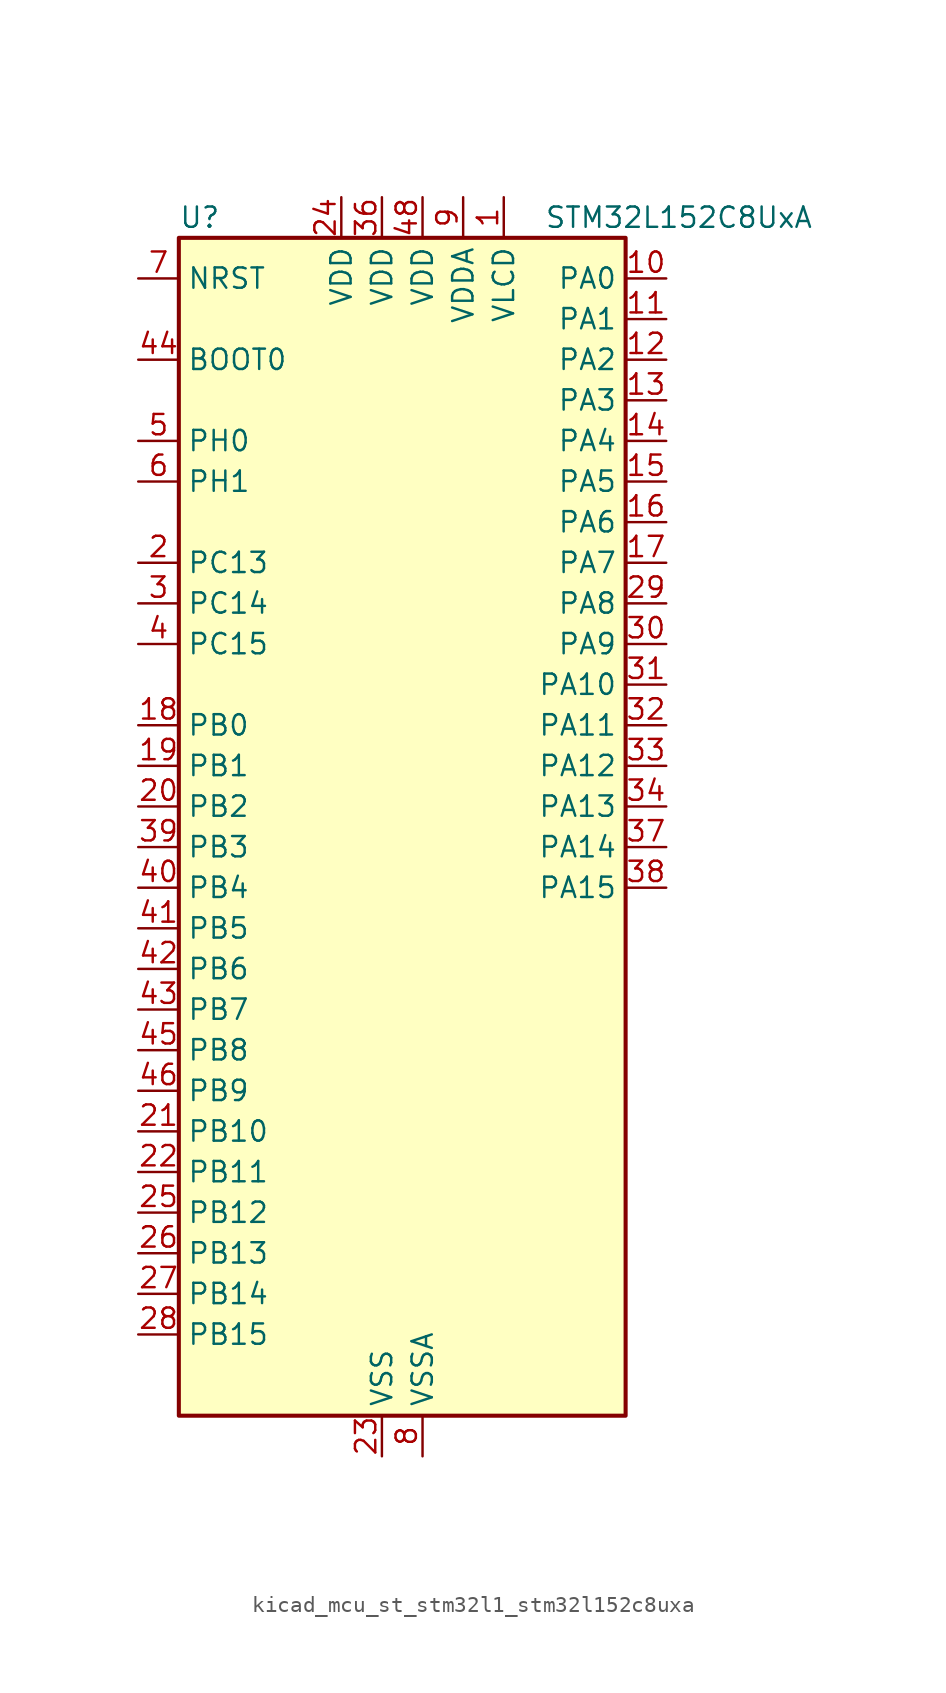
<source format=kicad_sym>
(kicad_symbol_lib
  (version 20220914)
  (generator kicad_symbol_editor)
  (symbol "kicad_mcu_st_stm32l1_stm32l152c8uxa"
    (property "Reference" "U"
      (at -12.7 39.37 0)
      (effects (font (size 1.27 1.27)) (justify left)))
    (property "Value" "STM32L152C8UxA"
      (at 10.16 39.37 0)
      (effects (font (size 1.27 1.27)) (justify left)))
    (property "ki_locked" ""
      (at 0 0 0)
      (effects (font (size 1.27 1.27))))
    (symbol "kicad_mcu_st_stm32l1_stm32l152c8uxa_0_1"
      (rectangle (start -12.7 -35.56) (end 15.24 38.1) (stroke (width 0.254) (type default)) (fill (type background))))
    (symbol "kicad_mcu_st_stm32l1_stm32l152c8uxa_1_1"
      (pin power_in line (at 7.62 40.64 270) (length 2.54) (name "VLCD" (effects (font (size 1.27 1.27)))) (number "1" (effects (font (size 1.27 1.27)))))
      (pin bidirectional line (at 17.78 35.56 180) (length 2.54) (name "PA0" (effects (font (size 1.27 1.27)))) (number "10" (effects (font (size 1.27 1.27)))) (alternate "ADC_IN0" bidirectional line) (alternate "COMP1_INP" bidirectional line) (alternate "RTC_TAMP2" bidirectional line) (alternate "SYS_WKUP1" bidirectional line) (alternate "TIM2_CH1" bidirectional line) (alternate "TIM2_ETR" bidirectional line) (alternate "TIMX_IC1" bidirectional line) (alternate "TS_G1_IO1" bidirectional line) (alternate "USART2_CTS" bidirectional line))
      (pin bidirectional line (at 17.78 33.02 180) (length 2.54) (name "PA1" (effects (font (size 1.27 1.27)))) (number "11" (effects (font (size 1.27 1.27)))) (alternate "ADC_IN1" bidirectional line) (alternate "COMP1_INP" bidirectional line) (alternate "LCD_SEG0" bidirectional line) (alternate "TIM2_CH2" bidirectional line) (alternate "TIMX_IC2" bidirectional line) (alternate "TS_G1_IO2" bidirectional line) (alternate "USART2_RTS" bidirectional line))
      (pin bidirectional line (at 17.78 30.48 180) (length 2.54) (name "PA2" (effects (font (size 1.27 1.27)))) (number "12" (effects (font (size 1.27 1.27)))) (alternate "ADC_IN2" bidirectional line) (alternate "COMP1_INP" bidirectional line) (alternate "LCD_SEG1" bidirectional line) (alternate "TIM2_CH3" bidirectional line) (alternate "TIM9_CH1" bidirectional line) (alternate "TIMX_IC3" bidirectional line) (alternate "TS_G1_IO3" bidirectional line) (alternate "USART2_TX" bidirectional line))
      (pin bidirectional line (at 17.78 27.94 180) (length 2.54) (name "PA3" (effects (font (size 1.27 1.27)))) (number "13" (effects (font (size 1.27 1.27)))) (alternate "ADC_IN3" bidirectional line) (alternate "COMP1_INP" bidirectional line) (alternate "LCD_SEG2" bidirectional line) (alternate "TIM2_CH4" bidirectional line) (alternate "TIM9_CH2" bidirectional line) (alternate "TIMX_IC4" bidirectional line) (alternate "TS_G1_IO4" bidirectional line) (alternate "USART2_RX" bidirectional line))
      (pin bidirectional line (at 17.78 25.4 180) (length 2.54) (name "PA4" (effects (font (size 1.27 1.27)))) (number "14" (effects (font (size 1.27 1.27)))) (alternate "ADC_IN4" bidirectional line) (alternate "COMP1_INP" bidirectional line) (alternate "DAC_OUT1" bidirectional line) (alternate "SPI1_NSS" bidirectional line) (alternate "TIMX_IC1" bidirectional line) (alternate "USART2_CK" bidirectional line))
      (pin bidirectional line (at 17.78 22.86 180) (length 2.54) (name "PA5" (effects (font (size 1.27 1.27)))) (number "15" (effects (font (size 1.27 1.27)))) (alternate "ADC_IN5" bidirectional line) (alternate "COMP1_INP" bidirectional line) (alternate "DAC_OUT2" bidirectional line) (alternate "SPI1_SCK" bidirectional line) (alternate "TIM2_CH1" bidirectional line) (alternate "TIM2_ETR" bidirectional line) (alternate "TIMX_IC2" bidirectional line))
      (pin bidirectional line (at 17.78 20.32 180) (length 2.54) (name "PA6" (effects (font (size 1.27 1.27)))) (number "16" (effects (font (size 1.27 1.27)))) (alternate "ADC_IN6" bidirectional line) (alternate "COMP1_INP" bidirectional line) (alternate "LCD_SEG3" bidirectional line) (alternate "SPI1_MISO" bidirectional line) (alternate "TIM10_CH1" bidirectional line) (alternate "TIM3_CH1" bidirectional line) (alternate "TIMX_IC3" bidirectional line) (alternate "TS_G2_IO1" bidirectional line))
      (pin bidirectional line (at 17.78 17.78 180) (length 2.54) (name "PA7" (effects (font (size 1.27 1.27)))) (number "17" (effects (font (size 1.27 1.27)))) (alternate "ADC_IN7" bidirectional line) (alternate "COMP1_INP" bidirectional line) (alternate "LCD_SEG4" bidirectional line) (alternate "SPI1_MOSI" bidirectional line) (alternate "TIM11_CH1" bidirectional line) (alternate "TIM3_CH2" bidirectional line) (alternate "TIMX_IC4" bidirectional line) (alternate "TS_G2_IO2" bidirectional line))
      (pin bidirectional line (at -15.24 7.62 0) (length 2.54) (name "PB0" (effects (font (size 1.27 1.27)))) (number "18" (effects (font (size 1.27 1.27)))) (alternate "ADC_IN8" bidirectional line) (alternate "COMP1_INP" bidirectional line) (alternate "LCD_SEG5" bidirectional line) (alternate "SYS_V_REF_OUT" bidirectional line) (alternate "TIM3_CH3" bidirectional line) (alternate "TS_G3_IO1" bidirectional line))
      (pin bidirectional line (at -15.24 5.08 0) (length 2.54) (name "PB1" (effects (font (size 1.27 1.27)))) (number "19" (effects (font (size 1.27 1.27)))) (alternate "ADC_IN9" bidirectional line) (alternate "COMP1_INP" bidirectional line) (alternate "LCD_SEG6" bidirectional line) (alternate "SYS_V_REF_OUT" bidirectional line) (alternate "TIM3_CH4" bidirectional line) (alternate "TS_G3_IO2" bidirectional line))
      (pin bidirectional line (at -15.24 17.78 0) (length 2.54) (name "PC13" (effects (font (size 1.27 1.27)))) (number "2" (effects (font (size 1.27 1.27)))) (alternate "RTC_OUT_ALARM" bidirectional line) (alternate "RTC_OUT_CALIB" bidirectional line) (alternate "RTC_TAMP1" bidirectional line) (alternate "RTC_TS" bidirectional line) (alternate "SYS_WKUP2" bidirectional line) (alternate "TIMX_IC2" bidirectional line))
      (pin bidirectional line (at -15.24 2.54 0) (length 2.54) (name "PB2" (effects (font (size 1.27 1.27)))) (number "20" (effects (font (size 1.27 1.27)))) (alternate "TS_G3_IO3" bidirectional line))
      (pin bidirectional line (at -15.24 -17.78 0) (length 2.54) (name "PB10" (effects (font (size 1.27 1.27)))) (number "21" (effects (font (size 1.27 1.27)))) (alternate "I2C2_SCL" bidirectional line) (alternate "LCD_SEG10" bidirectional line) (alternate "TIM2_CH3" bidirectional line) (alternate "USART3_TX" bidirectional line))
      (pin bidirectional line (at -15.24 -20.32 0) (length 2.54) (name "PB11" (effects (font (size 1.27 1.27)))) (number "22" (effects (font (size 1.27 1.27)))) (alternate "ADC_EXTI11" bidirectional line) (alternate "I2C2_SDA" bidirectional line) (alternate "LCD_SEG11" bidirectional line) (alternate "TIM2_CH4" bidirectional line) (alternate "USART3_RX" bidirectional line))
      (pin power_in line (at 0 -38.1 90) (length 2.54) (name "VSS" (effects (font (size 1.27 1.27)))) (number "23" (effects (font (size 1.27 1.27)))))
      (pin power_in line (at -2.54 40.64 270) (length 2.54) (name "VDD" (effects (font (size 1.27 1.27)))) (number "24" (effects (font (size 1.27 1.27)))))
      (pin bidirectional line (at -15.24 -22.86 0) (length 2.54) (name "PB12" (effects (font (size 1.27 1.27)))) (number "25" (effects (font (size 1.27 1.27)))) (alternate "ADC_IN18" bidirectional line) (alternate "COMP1_INP" bidirectional line) (alternate "I2C2_SMBA" bidirectional line) (alternate "LCD_SEG12" bidirectional line) (alternate "SPI2_NSS" bidirectional line) (alternate "TIM10_CH1" bidirectional line) (alternate "TS_G7_IO1" bidirectional line) (alternate "USART3_CK" bidirectional line))
      (pin bidirectional line (at -15.24 -25.4 0) (length 2.54) (name "PB13" (effects (font (size 1.27 1.27)))) (number "26" (effects (font (size 1.27 1.27)))) (alternate "ADC_IN19" bidirectional line) (alternate "COMP1_INP" bidirectional line) (alternate "LCD_SEG13" bidirectional line) (alternate "SPI2_SCK" bidirectional line) (alternate "TIM9_CH1" bidirectional line) (alternate "TS_G7_IO2" bidirectional line) (alternate "USART3_CTS" bidirectional line))
      (pin bidirectional line (at -15.24 -27.94 0) (length 2.54) (name "PB14" (effects (font (size 1.27 1.27)))) (number "27" (effects (font (size 1.27 1.27)))) (alternate "ADC_IN20" bidirectional line) (alternate "COMP1_INP" bidirectional line) (alternate "LCD_SEG14" bidirectional line) (alternate "SPI2_MISO" bidirectional line) (alternate "TIM9_CH2" bidirectional line) (alternate "TS_G7_IO3" bidirectional line) (alternate "USART3_RTS" bidirectional line))
      (pin bidirectional line (at -15.24 -30.48 0) (length 2.54) (name "PB15" (effects (font (size 1.27 1.27)))) (number "28" (effects (font (size 1.27 1.27)))) (alternate "ADC_EXTI15" bidirectional line) (alternate "ADC_IN21" bidirectional line) (alternate "COMP1_INP" bidirectional line) (alternate "LCD_SEG15" bidirectional line) (alternate "RTC_REFIN" bidirectional line) (alternate "SPI2_MOSI" bidirectional line) (alternate "TIM11_CH1" bidirectional line) (alternate "TS_G7_IO4" bidirectional line))
      (pin bidirectional line (at 17.78 15.24 180) (length 2.54) (name "PA8" (effects (font (size 1.27 1.27)))) (number "29" (effects (font (size 1.27 1.27)))) (alternate "LCD_COM0" bidirectional line) (alternate "RCC_MCO" bidirectional line) (alternate "TIMX_IC1" bidirectional line) (alternate "TS_G4_IO1" bidirectional line) (alternate "USART1_CK" bidirectional line))
      (pin bidirectional line (at -15.24 15.24 0) (length 2.54) (name "PC14" (effects (font (size 1.27 1.27)))) (number "3" (effects (font (size 1.27 1.27)))) (alternate "RCC_OSC32_IN" bidirectional line) (alternate "TIMX_IC3" bidirectional line))
      (pin bidirectional line (at 17.78 12.7 180) (length 2.54) (name "PA9" (effects (font (size 1.27 1.27)))) (number "30" (effects (font (size 1.27 1.27)))) (alternate "DAC_EXTI9" bidirectional line) (alternate "LCD_COM1" bidirectional line) (alternate "TIMX_IC2" bidirectional line) (alternate "TS_G4_IO2" bidirectional line) (alternate "USART1_TX" bidirectional line))
      (pin bidirectional line (at 17.78 10.16 180) (length 2.54) (name "PA10" (effects (font (size 1.27 1.27)))) (number "31" (effects (font (size 1.27 1.27)))) (alternate "LCD_COM2" bidirectional line) (alternate "TIMX_IC3" bidirectional line) (alternate "TS_G4_IO3" bidirectional line) (alternate "USART1_RX" bidirectional line))
      (pin bidirectional line (at 17.78 7.62 180) (length 2.54) (name "PA11" (effects (font (size 1.27 1.27)))) (number "32" (effects (font (size 1.27 1.27)))) (alternate "ADC_EXTI11" bidirectional line) (alternate "SPI1_MISO" bidirectional line) (alternate "TIMX_IC4" bidirectional line) (alternate "USART1_CTS" bidirectional line) (alternate "USB_DM" bidirectional line))
      (pin bidirectional line (at 17.78 5.08 180) (length 2.54) (name "PA12" (effects (font (size 1.27 1.27)))) (number "33" (effects (font (size 1.27 1.27)))) (alternate "SPI1_MOSI" bidirectional line) (alternate "TIMX_IC1" bidirectional line) (alternate "USART1_RTS" bidirectional line) (alternate "USB_DP" bidirectional line))
      (pin bidirectional line (at 17.78 2.54 180) (length 2.54) (name "PA13" (effects (font (size 1.27 1.27)))) (number "34" (effects (font (size 1.27 1.27)))) (alternate "SYS_JTMS-SWDIO" bidirectional line) (alternate "TIMX_IC2" bidirectional line) (alternate "TS_G5_IO1" bidirectional line))
      (pin passive line (at 0 -38.1 90) (length 2.54) hide (name "VSS" (effects (font (size 1.27 1.27)))) (number "35" (effects (font (size 1.27 1.27)))))
      (pin power_in line (at 0 40.64 270) (length 2.54) (name "VDD" (effects (font (size 1.27 1.27)))) (number "36" (effects (font (size 1.27 1.27)))))
      (pin bidirectional line (at 17.78 0 180) (length 2.54) (name "PA14" (effects (font (size 1.27 1.27)))) (number "37" (effects (font (size 1.27 1.27)))) (alternate "SYS_JTCK-SWCLK" bidirectional line) (alternate "TIMX_IC3" bidirectional line) (alternate "TS_G5_IO2" bidirectional line))
      (pin bidirectional line (at 17.78 -2.54 180) (length 2.54) (name "PA15" (effects (font (size 1.27 1.27)))) (number "38" (effects (font (size 1.27 1.27)))) (alternate "ADC_EXTI15" bidirectional line) (alternate "LCD_SEG17" bidirectional line) (alternate "SPI1_NSS" bidirectional line) (alternate "SYS_JTDI" bidirectional line) (alternate "TIM2_CH1" bidirectional line) (alternate "TIM2_ETR" bidirectional line) (alternate "TIMX_IC4" bidirectional line) (alternate "TS_G5_IO3" bidirectional line))
      (pin bidirectional line (at -15.24 0 0) (length 2.54) (name "PB3" (effects (font (size 1.27 1.27)))) (number "39" (effects (font (size 1.27 1.27)))) (alternate "COMP2_INM" bidirectional line) (alternate "LCD_SEG7" bidirectional line) (alternate "SPI1_SCK" bidirectional line) (alternate "SYS_JTDO-TRACESWO" bidirectional line) (alternate "TIM2_CH2" bidirectional line))
      (pin bidirectional line (at -15.24 12.7 0) (length 2.54) (name "PC15" (effects (font (size 1.27 1.27)))) (number "4" (effects (font (size 1.27 1.27)))) (alternate "ADC_EXTI15" bidirectional line) (alternate "RCC_OSC32_OUT" bidirectional line) (alternate "TIMX_IC4" bidirectional line))
      (pin bidirectional line (at -15.24 -2.54 0) (length 2.54) (name "PB4" (effects (font (size 1.27 1.27)))) (number "40" (effects (font (size 1.27 1.27)))) (alternate "COMP2_INP" bidirectional line) (alternate "LCD_SEG8" bidirectional line) (alternate "SPI1_MISO" bidirectional line) (alternate "SYS_JTRST" bidirectional line) (alternate "TIM3_CH1" bidirectional line) (alternate "TS_G6_IO1" bidirectional line))
      (pin bidirectional line (at -15.24 -5.08 0) (length 2.54) (name "PB5" (effects (font (size 1.27 1.27)))) (number "41" (effects (font (size 1.27 1.27)))) (alternate "COMP2_INP" bidirectional line) (alternate "I2C1_SMBA" bidirectional line) (alternate "LCD_SEG9" bidirectional line) (alternate "SPI1_MOSI" bidirectional line) (alternate "TIM3_CH2" bidirectional line) (alternate "TS_G6_IO2" bidirectional line))
      (pin bidirectional line (at -15.24 -7.62 0) (length 2.54) (name "PB6" (effects (font (size 1.27 1.27)))) (number "42" (effects (font (size 1.27 1.27)))) (alternate "I2C1_SCL" bidirectional line) (alternate "TIM4_CH1" bidirectional line) (alternate "TS_G6_IO3" bidirectional line) (alternate "USART1_TX" bidirectional line))
      (pin bidirectional line (at -15.24 -10.16 0) (length 2.54) (name "PB7" (effects (font (size 1.27 1.27)))) (number "43" (effects (font (size 1.27 1.27)))) (alternate "I2C1_SDA" bidirectional line) (alternate "SYS_PVD_IN" bidirectional line) (alternate "TIM4_CH2" bidirectional line) (alternate "TS_G6_IO4" bidirectional line) (alternate "USART1_RX" bidirectional line))
      (pin input line (at -15.24 30.48 0) (length 2.54) (name "BOOT0" (effects (font (size 1.27 1.27)))) (number "44" (effects (font (size 1.27 1.27)))))
      (pin bidirectional line (at -15.24 -12.7 0) (length 2.54) (name "PB8" (effects (font (size 1.27 1.27)))) (number "45" (effects (font (size 1.27 1.27)))) (alternate "I2C1_SCL" bidirectional line) (alternate "LCD_SEG16" bidirectional line) (alternate "TIM10_CH1" bidirectional line) (alternate "TIM4_CH3" bidirectional line))
      (pin bidirectional line (at -15.24 -15.24 0) (length 2.54) (name "PB9" (effects (font (size 1.27 1.27)))) (number "46" (effects (font (size 1.27 1.27)))) (alternate "DAC_EXTI9" bidirectional line) (alternate "I2C1_SDA" bidirectional line) (alternate "LCD_COM3" bidirectional line) (alternate "TIM11_CH1" bidirectional line) (alternate "TIM4_CH4" bidirectional line))
      (pin passive line (at 0 -38.1 90) (length 2.54) hide (name "VSS" (effects (font (size 1.27 1.27)))) (number "47" (effects (font (size 1.27 1.27)))))
      (pin power_in line (at 2.54 40.64 270) (length 2.54) (name "VDD" (effects (font (size 1.27 1.27)))) (number "48" (effects (font (size 1.27 1.27)))))
      (pin passive line (at 0 -38.1 90) (length 2.54) hide (name "VSS" (effects (font (size 1.27 1.27)))) (number "49" (effects (font (size 1.27 1.27)))))
      (pin bidirectional line (at -15.24 25.4 0) (length 2.54) (name "PH0" (effects (font (size 1.27 1.27)))) (number "5" (effects (font (size 1.27 1.27)))) (alternate "RCC_OSC_IN" bidirectional line))
      (pin bidirectional line (at -15.24 22.86 0) (length 2.54) (name "PH1" (effects (font (size 1.27 1.27)))) (number "6" (effects (font (size 1.27 1.27)))) (alternate "RCC_OSC_OUT" bidirectional line))
      (pin input line (at -15.24 35.56 0) (length 2.54) (name "NRST" (effects (font (size 1.27 1.27)))) (number "7" (effects (font (size 1.27 1.27)))))
      (pin power_in line (at 2.54 -38.1 90) (length 2.54) (name "VSSA" (effects (font (size 1.27 1.27)))) (number "8" (effects (font (size 1.27 1.27)))))
      (pin power_in line (at 5.08 40.64 270) (length 2.54) (name "VDDA" (effects (font (size 1.27 1.27)))) (number "9" (effects (font (size 1.27 1.27))))))))
</source>
